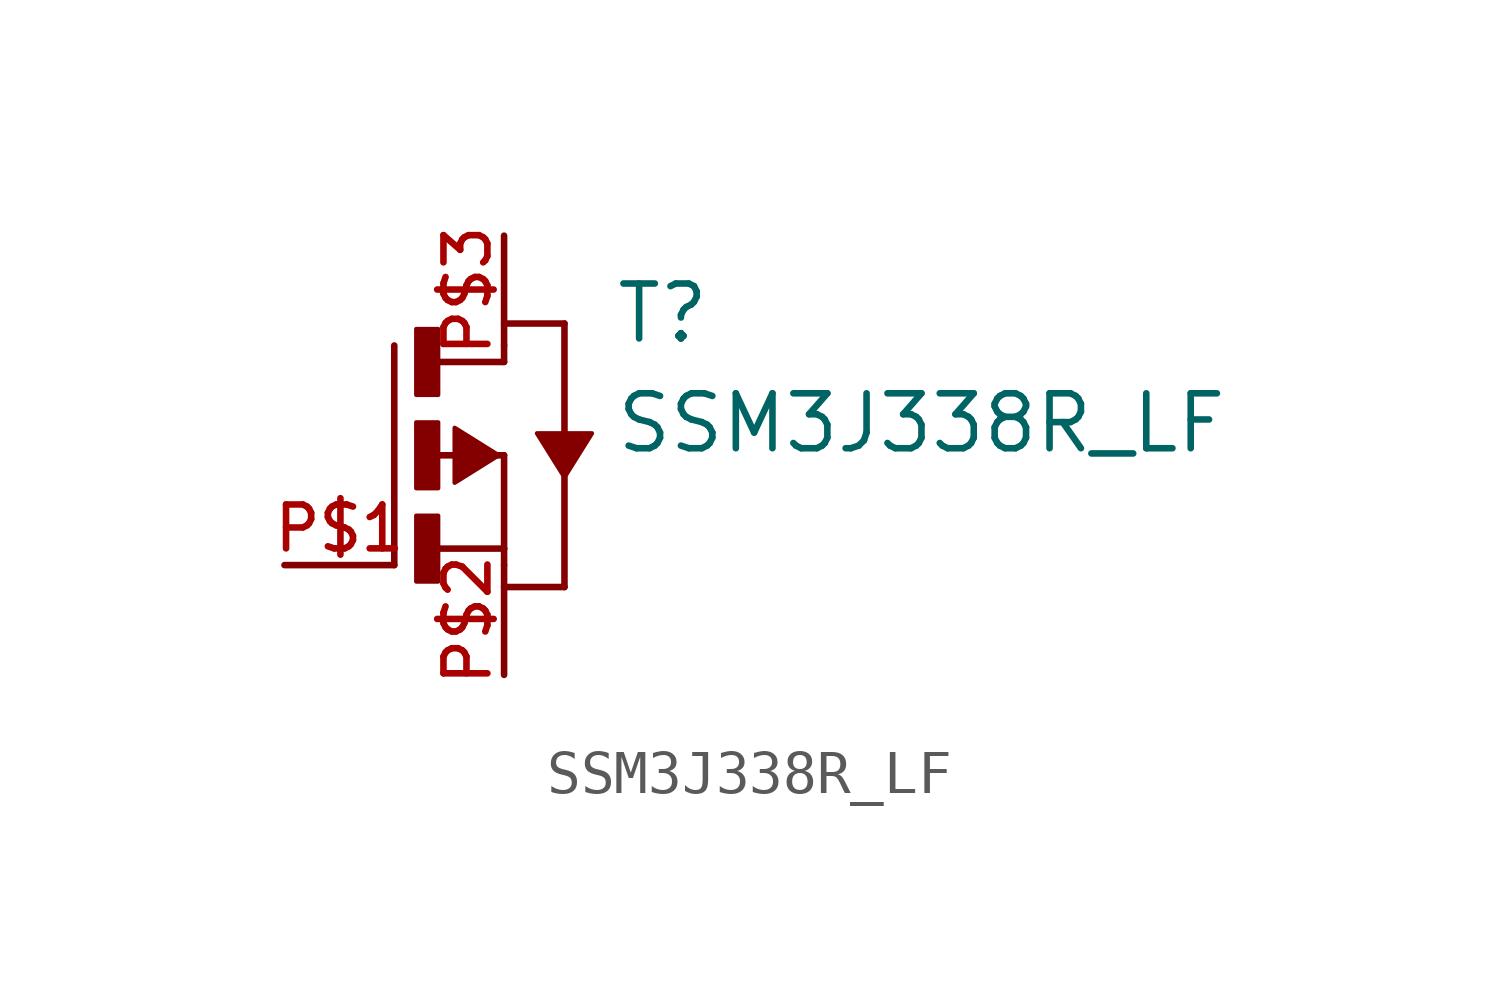
<source format=kicad_sym>
(kicad_symbol_lib
  (version 20211014)
  (generator kicad_symbol_editor)
  (symbol "SSM3J338R_LF"
    (pin_names
      (offset 1.016))
    (property "Reference" "T"
      (at 2.54 2.54 0)
      (effects (font (size 1.27 1.27)) (justify bottom left)))
    (property "Value" "SSM3J338R_LF"
      (at 2.54 0.0 0)
      (effects (font (size 1.27 1.27)) (justify bottom left)))
    (symbol "SSM3J338R_LF_0_0"
      (polyline (pts (xy -1.651 0.0) (xy 0.0 0.0)) (stroke (width 0.152)))
      (polyline (pts (xy -1.524 -2.159) (xy 0.0 -2.159)) (stroke (width 0.152)))
      (polyline (pts (xy -2.54 -2.54) (xy -2.54 2.54)) (stroke (width 0.152)))
      (polyline (pts (xy 0.0 0.0) (xy 0.0 -2.159)) (stroke (width 0.152)))
      (polyline (pts (xy 1.397 -0.508) (xy 1.397 -3.048)) (stroke (width 0.152)))
      (polyline (pts (xy 1.397 -3.048) (xy 0.0 -3.048)) (stroke (width 0.152)))
      (polyline (pts (xy -1.524 2.159) (xy 0.0 2.159)) (stroke (width 0.152)))
      (polyline (pts (xy 0.0 2.159) (xy 0.0 2.54)) (stroke (width 0.152)))
      (polyline (pts (xy 0.0 3.048) (xy 1.397 3.048)) (stroke (width 0.152)))
      (polyline (pts (xy 1.397 3.048) (xy 1.397 0.381)) (stroke (width 0.152)))
      (polyline (pts (xy 0.0 -2.159) (xy 0.0 -2.54)) (stroke (width 0.152)))
      (rectangle (start -2.032 1.397) (end -1.524 2.921) (stroke (width 0.1)) (fill (type outline)))
      (rectangle (start -2.032 -0.762) (end -1.524 0.762) (stroke (width 0.1)) (fill (type outline)))
      (rectangle (start -2.032 -2.921) (end -1.524 -1.397) (stroke (width 0.1)) (fill (type outline)))
      (polyline (pts (xy -0.127 0.0) (xy -1.143 -0.635) (xy -1.143 0.635) (xy -0.127 0.0)) (stroke (width 0.102)) (fill (type outline)))
      (polyline (pts (xy 1.397 -0.508) (xy 0.762 0.508) (xy 2.032 0.508) (xy 1.397 -0.508)) (stroke (width 0.102)) (fill (type outline)))
      (pin passive line (at 0.0 5.08 270.0) (length 2.54) (name "~" (effects (font (size 1.016 1.016)))) (number "P$3" (effects (font (size 1.016 1.016)))))
      (pin passive line (at 0.0 -5.08 90.0) (length 2.54) (name "~" (effects (font (size 1.016 1.016)))) (number "P$2" (effects (font (size 1.016 1.016)))))
      (pin passive line (at -5.08 -2.54 0) (length 2.54) (name "~" (effects (font (size 1.016 1.016)))) (number "P$1" (effects (font (size 1.016 1.016))))))))
</source>
